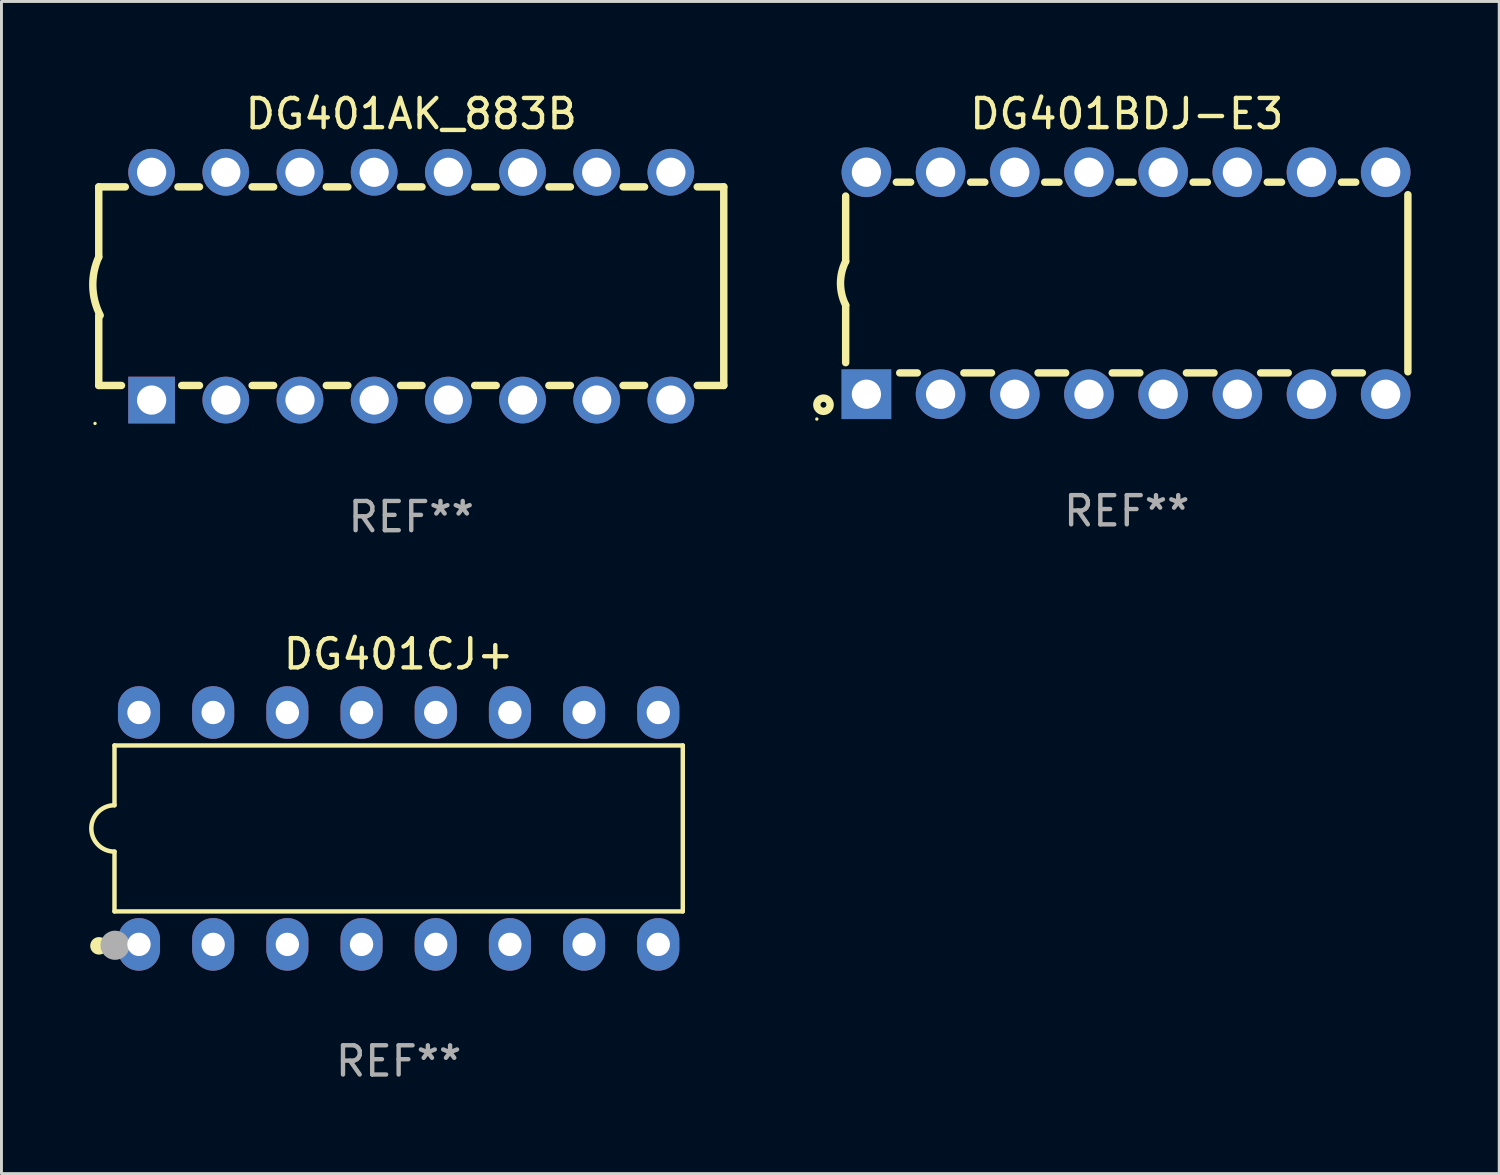
<source format=kicad_pcb>
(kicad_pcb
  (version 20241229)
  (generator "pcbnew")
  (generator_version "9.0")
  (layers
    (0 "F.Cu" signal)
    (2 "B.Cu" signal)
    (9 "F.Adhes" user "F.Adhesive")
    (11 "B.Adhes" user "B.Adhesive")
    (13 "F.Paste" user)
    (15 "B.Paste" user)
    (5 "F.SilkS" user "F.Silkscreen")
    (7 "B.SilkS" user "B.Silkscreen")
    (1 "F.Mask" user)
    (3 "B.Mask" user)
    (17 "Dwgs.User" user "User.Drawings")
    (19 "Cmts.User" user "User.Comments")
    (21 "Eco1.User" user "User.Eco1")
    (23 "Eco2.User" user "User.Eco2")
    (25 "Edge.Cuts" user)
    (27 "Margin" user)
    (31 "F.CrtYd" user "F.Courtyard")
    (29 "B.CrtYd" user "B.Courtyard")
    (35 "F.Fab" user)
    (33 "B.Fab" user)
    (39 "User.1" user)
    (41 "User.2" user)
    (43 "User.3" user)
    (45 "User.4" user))
  (footprint "DG401CJ+"
    (layer "F.Cu")
    (at 10.599 25.315)
    (property "Reference" "DG401CJ+" (at 0 -5.97 0) (layer "F.SilkS") (effects (font (size 1 1) (thickness 0.15))))
    (attr through_hole)
    (fp_line (start -9.729 -2.841) (end -9.729 -0.794) (stroke (width 0.152) (type solid)) (layer "F.SilkS"))
    (fp_line (start -9.729 0.794) (end -9.729 2.841) (stroke (width 0.152) (type solid)) (layer "F.SilkS"))
    (fp_line (start -9.729 2.841) (end 9.729 2.841) (stroke (width 0.152) (type solid)) (layer "F.SilkS"))
    (fp_line (start 9.729 -2.841) (end -9.729 -2.841) (stroke (width 0.152) (type solid)) (layer "F.SilkS"))
    (fp_line (start 9.729 2.841) (end 9.729 -2.841) (stroke (width 0.152) (type solid)) (layer "F.SilkS"))
    (fp_arc (start -9.7287 0.793749) (mid -10.522449 0) (end -9.7287 -0.793749) (stroke (width 0.1524) (type solid)) (layer "F.SilkS"))
    (fp_circle (center -10.26 4.02) (end -10.11 4.02) (stroke (width 0.3) (type solid)) (fill no) (layer "F.SilkS"))
    (fp_circle (center -9.653 4.23) (end -9.623 4.23) (stroke (width 0.06) (type solid)) (fill no) (layer "F.SilkS"))
    (fp_circle (center -9.71 4) (end -9.46 4) (stroke (width 0.5) (type solid)) (fill no) (layer "F.Fab"))
    (fp_text user "REF**" (at 0 7.97 0) (layer "F.Fab") (effects (font (size 1 1) (thickness 0.15))))
    (pad "1" thru_hole oval (at -8.89 3.97) (size 1.44 1.8) (drill 0.8) (layers "*.Cu" "*.Mask"))
    (pad "2" thru_hole oval (at -6.35 3.97) (size 1.44 1.8) (drill 0.8) (layers "*.Cu" "*.Mask"))
    (pad "3" thru_hole oval (at -3.81 3.97) (size 1.44 1.8) (drill 0.8) (layers "*.Cu" "*.Mask"))
    (pad "4" thru_hole oval (at -1.27 3.97) (size 1.44 1.8) (drill 0.8) (layers "*.Cu" "*.Mask"))
    (pad "5" thru_hole oval (at 1.27 3.97) (size 1.44 1.8) (drill 0.8) (layers "*.Cu" "*.Mask"))
    (pad "6" thru_hole oval (at 3.81 3.97) (size 1.44 1.8) (drill 0.8) (layers "*.Cu" "*.Mask"))
    (pad "7" thru_hole oval (at 6.35 3.97) (size 1.44 1.8) (drill 0.8) (layers "*.Cu" "*.Mask"))
    (pad "8" thru_hole oval (at 8.89 3.97) (size 1.44 1.8) (drill 0.8) (layers "*.Cu" "*.Mask"))
    (pad "9" thru_hole oval (at 8.89 -3.97) (size 1.44 1.8) (drill 0.8) (layers "*.Cu" "*.Mask"))
    (pad "10" thru_hole oval (at 6.35 -3.97) (size 1.44 1.8) (drill 0.8) (layers "*.Cu" "*.Mask"))
    (pad "11" thru_hole oval (at 3.81 -3.97) (size 1.44 1.8) (drill 0.8) (layers "*.Cu" "*.Mask"))
    (pad "12" thru_hole oval (at 1.27 -3.97) (size 1.44 1.8) (drill 0.8) (layers "*.Cu" "*.Mask"))
    (pad "13" thru_hole oval (at -1.27 -3.97) (size 1.44 1.8) (drill 0.8) (layers "*.Cu" "*.Mask"))
    (pad "14" thru_hole oval (at -3.81 -3.97) (size 1.44 1.8) (drill 0.8) (layers "*.Cu" "*.Mask"))
    (pad "15" thru_hole oval (at -6.35 -3.97) (size 1.44 1.8) (drill 0.8) (layers "*.Cu" "*.Mask"))
    (pad "16" thru_hole oval (at -8.89 -3.97) (size 1.44 1.8) (drill 0.8) (layers "*.Cu" "*.Mask")))
  (footprint "DG401AK_883B"
    (layer "F.Cu")
    (at 11.031 6.748)
    (property "Reference" "DG401AK_883B" (at 0 -5.9 0) (layer "F.SilkS") (effects (font (size 1 1) (thickness 0.15))))
    (attr through_hole)
    (fp_line (start -10.7 -3.4) (end -9.791 -3.4) (stroke (width 0.254) (type solid)) (layer "F.SilkS"))
    (fp_line (start -10.7 -0.998) (end -10.7 -3.4) (stroke (width 0.254) (type solid)) (layer "F.SilkS"))
    (fp_line (start -10.7 3.4) (end -10.7 1) (stroke (width 0.254) (type solid)) (layer "F.SilkS"))
    (fp_line (start -10.7 3.4) (end -9.921 3.4) (stroke (width 0.254) (type solid)) (layer "F.SilkS"))
    (fp_line (start -7.988 -3.4) (end -7.251 -3.4) (stroke (width 0.254) (type solid)) (layer "F.SilkS"))
    (fp_line (start -7.859 3.4) (end -7.251 3.4) (stroke (width 0.254) (type solid)) (layer "F.SilkS"))
    (fp_line (start -5.448 -3.4) (end -4.711 -3.4) (stroke (width 0.254) (type solid)) (layer "F.SilkS"))
    (fp_line (start -5.448 3.4) (end -4.711 3.4) (stroke (width 0.254) (type solid)) (layer "F.SilkS"))
    (fp_line (start -2.908 -3.4) (end -2.171 -3.4) (stroke (width 0.254) (type solid)) (layer "F.SilkS"))
    (fp_line (start -2.908 3.4) (end -2.171 3.4) (stroke (width 0.254) (type solid)) (layer "F.SilkS"))
    (fp_line (start -0.368 -3.4) (end 0.369 -3.4) (stroke (width 0.254) (type solid)) (layer "F.SilkS"))
    (fp_line (start -0.368 3.4) (end 0.369 3.4) (stroke (width 0.254) (type solid)) (layer "F.SilkS"))
    (fp_line (start 2.172 -3.4) (end 2.909 -3.4) (stroke (width 0.254) (type solid)) (layer "F.SilkS"))
    (fp_line (start 2.172 3.4) (end 2.909 3.4) (stroke (width 0.254) (type solid)) (layer "F.SilkS"))
    (fp_line (start 4.712 -3.4) (end 5.449 -3.4) (stroke (width 0.254) (type solid)) (layer "F.SilkS"))
    (fp_line (start 4.712 3.4) (end 5.449 3.4) (stroke (width 0.254) (type solid)) (layer "F.SilkS"))
    (fp_line (start 7.252 -3.4) (end 7.989 -3.4) (stroke (width 0.254) (type solid)) (layer "F.SilkS"))
    (fp_line (start 7.252 3.4) (end 7.989 3.4) (stroke (width 0.254) (type solid)) (layer "F.SilkS"))
    (fp_line (start 9.792 -3.4) (end 10.7 -3.4) (stroke (width 0.254) (type solid)) (layer "F.SilkS"))
    (fp_line (start 9.792 3.4) (end 10.7 3.4) (stroke (width 0.254) (type solid)) (layer "F.SilkS"))
    (fp_line (start 10.7 3.4) (end 10.7 -3.4) (stroke (width 0.254) (type solid)) (layer "F.SilkS"))
    (fp_arc (start -10.649962 0.99995) (mid -10.90314 0.005668) (end -10.699975 -1.000025) (stroke (width 0.254001) (type solid)) (layer "F.SilkS"))
    (fp_circle (center -10.827 4.7) (end -10.797 4.7) (stroke (width 0.06) (type solid)) (fill no) (layer "F.SilkS"))
    (fp_text user "REF**" (at 0 7.9 0) (layer "F.Fab") (effects (font (size 1 1) (thickness 0.15))))
    (pad "1" thru_hole rect (at -8.89 3.9 90) (size 1.6 1.6) (drill 1) (layers "*.Cu" "*.Mask"))
    (pad "2" thru_hole circle (at -6.35 3.9) (size 1.6 1.6) (drill 1) (layers "*.Cu" "*.Mask"))
    (pad "3" thru_hole circle (at -3.81 3.9) (size 1.6 1.6) (drill 1) (layers "*.Cu" "*.Mask"))
    (pad "4" thru_hole circle (at -1.27 3.9) (size 1.6 1.6) (drill 1) (layers "*.Cu" "*.Mask"))
    (pad "5" thru_hole circle (at 1.27 3.9) (size 1.6 1.6) (drill 1) (layers "*.Cu" "*.Mask"))
    (pad "6" thru_hole circle (at 3.81 3.9) (size 1.6 1.6) (drill 1) (layers "*.Cu" "*.Mask"))
    (pad "7" thru_hole circle (at 6.35 3.9) (size 1.6 1.6) (drill 1) (layers "*.Cu" "*.Mask"))
    (pad "8" thru_hole circle (at 8.89 3.9) (size 1.6 1.6) (drill 1) (layers "*.Cu" "*.Mask"))
    (pad "9" thru_hole circle (at 8.89 -3.9) (size 1.6 1.6) (drill 1) (layers "*.Cu" "*.Mask"))
    (pad "10" thru_hole circle (at 6.35 -3.9) (size 1.6 1.6) (drill 1) (layers "*.Cu" "*.Mask"))
    (pad "11" thru_hole circle (at 3.81 -3.9) (size 1.6 1.6) (drill 1) (layers "*.Cu" "*.Mask"))
    (pad "12" thru_hole circle (at 1.27 -3.9) (size 1.6 1.6) (drill 1) (layers "*.Cu" "*.Mask"))
    (pad "13" thru_hole circle (at -1.27 -3.9) (size 1.6 1.6) (drill 1) (layers "*.Cu" "*.Mask"))
    (pad "14" thru_hole circle (at -3.81 -3.9) (size 1.6 1.6) (drill 1) (layers "*.Cu" "*.Mask"))
    (pad "15" thru_hole circle (at -6.35 -3.9) (size 1.6 1.6) (drill 1) (layers "*.Cu" "*.Mask"))
    (pad "16" thru_hole circle (at -8.89 -3.9) (size 1.6 1.6) (drill 1) (layers "*.Cu" "*.Mask")))
  (footprint "DG401BDJ-E3"
    (layer "F.Cu")
    (at 35.53 6.648)
    (property "Reference" "DG401BDJ-E3" (at 0 -5.8 0) (layer "F.SilkS") (effects (font (size 1 1) (thickness 0.15))))
    (attr through_hole)
    (fp_line (start -9.625 -0.75) (end -9.625 -2.985) (stroke (width 0.254) (type solid)) (layer "F.SilkS"))
    (fp_line (start -9.625 0.749) (end -9.625 2.719) (stroke (width 0.254) (type solid)) (layer "F.SilkS"))
    (fp_line (start -7.889 -3.46) (end -7.401 -3.46) (stroke (width 0.254) (type solid)) (layer "F.SilkS"))
    (fp_line (start -7.775 3.07) (end -7.172 3.07) (stroke (width 0.254) (type solid)) (layer "F.SilkS"))
    (fp_line (start -5.578 3.07) (end -4.632 3.07) (stroke (width 0.254) (type solid)) (layer "F.SilkS"))
    (fp_line (start -5.349 -3.46) (end -4.861 -3.46) (stroke (width 0.254) (type solid)) (layer "F.SilkS"))
    (fp_line (start -3.038 3.07) (end -2.092 3.07) (stroke (width 0.254) (type solid)) (layer "F.SilkS"))
    (fp_line (start -2.809 -3.46) (end -2.321 -3.46) (stroke (width 0.254) (type solid)) (layer "F.SilkS"))
    (fp_line (start -0.498 3.07) (end 0.448 3.07) (stroke (width 0.254) (type solid)) (layer "F.SilkS"))
    (fp_line (start -0.269 -3.46) (end 0.219 -3.46) (stroke (width 0.254) (type solid)) (layer "F.SilkS"))
    (fp_line (start 2.042 3.07) (end 2.988 3.07) (stroke (width 0.254) (type solid)) (layer "F.SilkS"))
    (fp_line (start 2.271 -3.46) (end 2.759 -3.46) (stroke (width 0.254) (type solid)) (layer "F.SilkS"))
    (fp_line (start 4.582 3.07) (end 5.528 3.07) (stroke (width 0.254) (type solid)) (layer "F.SilkS"))
    (fp_line (start 4.811 -3.46) (end 5.299 -3.46) (stroke (width 0.254) (type solid)) (layer "F.SilkS"))
    (fp_line (start 7.122 3.07) (end 8.068 3.07) (stroke (width 0.254) (type solid)) (layer "F.SilkS"))
    (fp_line (start 7.351 -3.46) (end 7.839 -3.46) (stroke (width 0.254) (type solid)) (layer "F.SilkS"))
    (fp_line (start 9.625 3.032) (end 9.625 -3.032) (stroke (width 0.254) (type solid)) (layer "F.SilkS"))
    (fp_arc (start -9.62498 0.748819) (mid -9.801899 -0.000581) (end -9.625006 -0.749987) (stroke (width 0.254001) (type solid)) (layer "F.SilkS"))
    (fp_circle (center -10.612 4.65) (end -10.582 4.65) (stroke (width 0.06) (type solid)) (fill no) (layer "F.SilkS"))
    (fp_circle (center -10.385 4.16) (end -10.285 4.16) (stroke (width 0.254) (type solid)) (fill no) (layer "F.SilkS"))
    (fp_text user "REF**" (at 0 7.8 0) (layer "F.Fab") (effects (font (size 1 1) (thickness 0.15))))
    (pad "1" thru_hole rect (at -8.915 3.8 90) (size 1.7 1.7) (drill 1) (layers "*.Cu" "*.Mask"))
    (pad "2" thru_hole circle (at -6.375 3.8) (size 1.7 1.7) (drill 1) (layers "*.Cu" "*.Mask"))
    (pad "3" thru_hole circle (at -3.835 3.8) (size 1.7 1.7) (drill 1) (layers "*.Cu" "*.Mask"))
    (pad "4" thru_hole circle (at -1.295 3.8) (size 1.7 1.7) (drill 1) (layers "*.Cu" "*.Mask"))
    (pad "5" thru_hole circle (at 1.245 3.8) (size 1.7 1.7) (drill 1) (layers "*.Cu" "*.Mask"))
    (pad "6" thru_hole circle (at 3.785 3.8) (size 1.7 1.7) (drill 1) (layers "*.Cu" "*.Mask"))
    (pad "7" thru_hole circle (at 6.325 3.8) (size 1.7 1.7) (drill 1) (layers "*.Cu" "*.Mask"))
    (pad "8" thru_hole circle (at 8.865 3.8) (size 1.7 1.7) (drill 1) (layers "*.Cu" "*.Mask"))
    (pad "9" thru_hole circle (at 8.865 -3.8) (size 1.7 1.7) (drill 1) (layers "*.Cu" "*.Mask"))
    (pad "10" thru_hole circle (at 6.325 -3.8) (size 1.7 1.7) (drill 1) (layers "*.Cu" "*.Mask"))
    (pad "11" thru_hole circle (at 3.785 -3.8) (size 1.7 1.7) (drill 1) (layers "*.Cu" "*.Mask"))
    (pad "12" thru_hole circle (at 1.245 -3.8) (size 1.7 1.7) (drill 1) (layers "*.Cu" "*.Mask"))
    (pad "13" thru_hole circle (at -1.295 -3.8) (size 1.7 1.7) (drill 1) (layers "*.Cu" "*.Mask"))
    (pad "14" thru_hole circle (at -3.835 -3.8) (size 1.7 1.7) (drill 1) (layers "*.Cu" "*.Mask"))
    (pad "15" thru_hole circle (at -6.375 -3.8) (size 1.7 1.7) (drill 1) (layers "*.Cu" "*.Mask"))
    (pad "16" thru_hole circle (at -8.915 -3.8) (size 1.7 1.7) (drill 1) (layers "*.Cu" "*.Mask")))
  (gr_rect
    (start -3 -3)
    (end 48.282 37.133)
    (stroke (width 0.1) (type default))
    (fill no)
    (layer "Edge.Cuts")))
</source>
